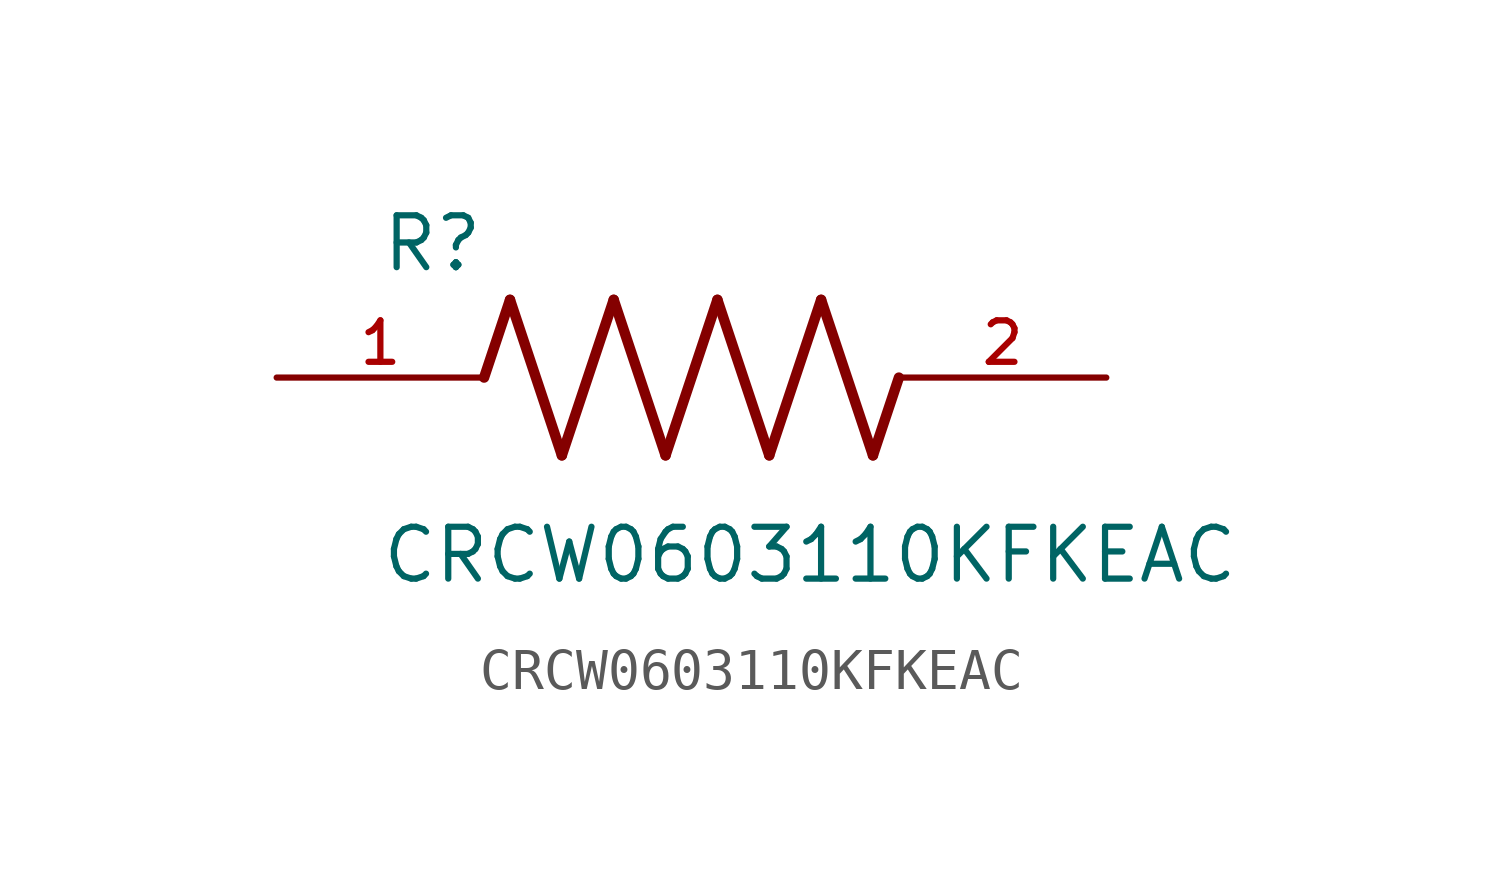
<source format=kicad_sym>
(kicad_symbol_lib
  (version 20211014)
  (generator kicad_symbol_editor)
  (symbol "CRCW0603110KFKEAC"
    (pin_names
      (offset 1.016))
    (property "Reference" "R"
      (at -7.624 2.541 0)
      (effects (font (size 1.27 1.27)) (justify bottom left)))
    (property "Value" "CRCW0603110KFKEAC"
      (at -7.63 -5.087 0)
      (effects (font (size 1.27 1.27)) (justify bottom left)))
    (symbol "CRCW0603110KFKEAC_0_0"
      (polyline (pts (xy -5.08 0.0) (xy -4.445 1.905)) (stroke (width 0.254)))
      (polyline (pts (xy -4.445 1.905) (xy -3.175 -1.905)) (stroke (width 0.254)))
      (polyline (pts (xy -3.175 -1.905) (xy -1.905 1.905)) (stroke (width 0.254)))
      (polyline (pts (xy -1.905 1.905) (xy -0.635 -1.905)) (stroke (width 0.254)))
      (polyline (pts (xy -0.635 -1.905) (xy 0.635 1.905)) (stroke (width 0.254)))
      (polyline (pts (xy 0.635 1.905) (xy 1.905 -1.905)) (stroke (width 0.254)))
      (polyline (pts (xy 1.905 -1.905) (xy 3.175 1.905)) (stroke (width 0.254)))
      (polyline (pts (xy 3.175 1.905) (xy 4.445 -1.905)) (stroke (width 0.254)))
      (polyline (pts (xy 4.445 -1.905) (xy 5.08 0.0)) (stroke (width 0.254)))
      (pin passive line (at -10.16 0.0 0) (length 5.08) (name "~" (effects (font (size 1.016 1.016)))) (number "1" (effects (font (size 1.016 1.016)))))
      (pin passive line (at 10.16 0.0 180.0) (length 5.08) (name "~" (effects (font (size 1.016 1.016)))) (number "2" (effects (font (size 1.016 1.016))))))))
</source>
